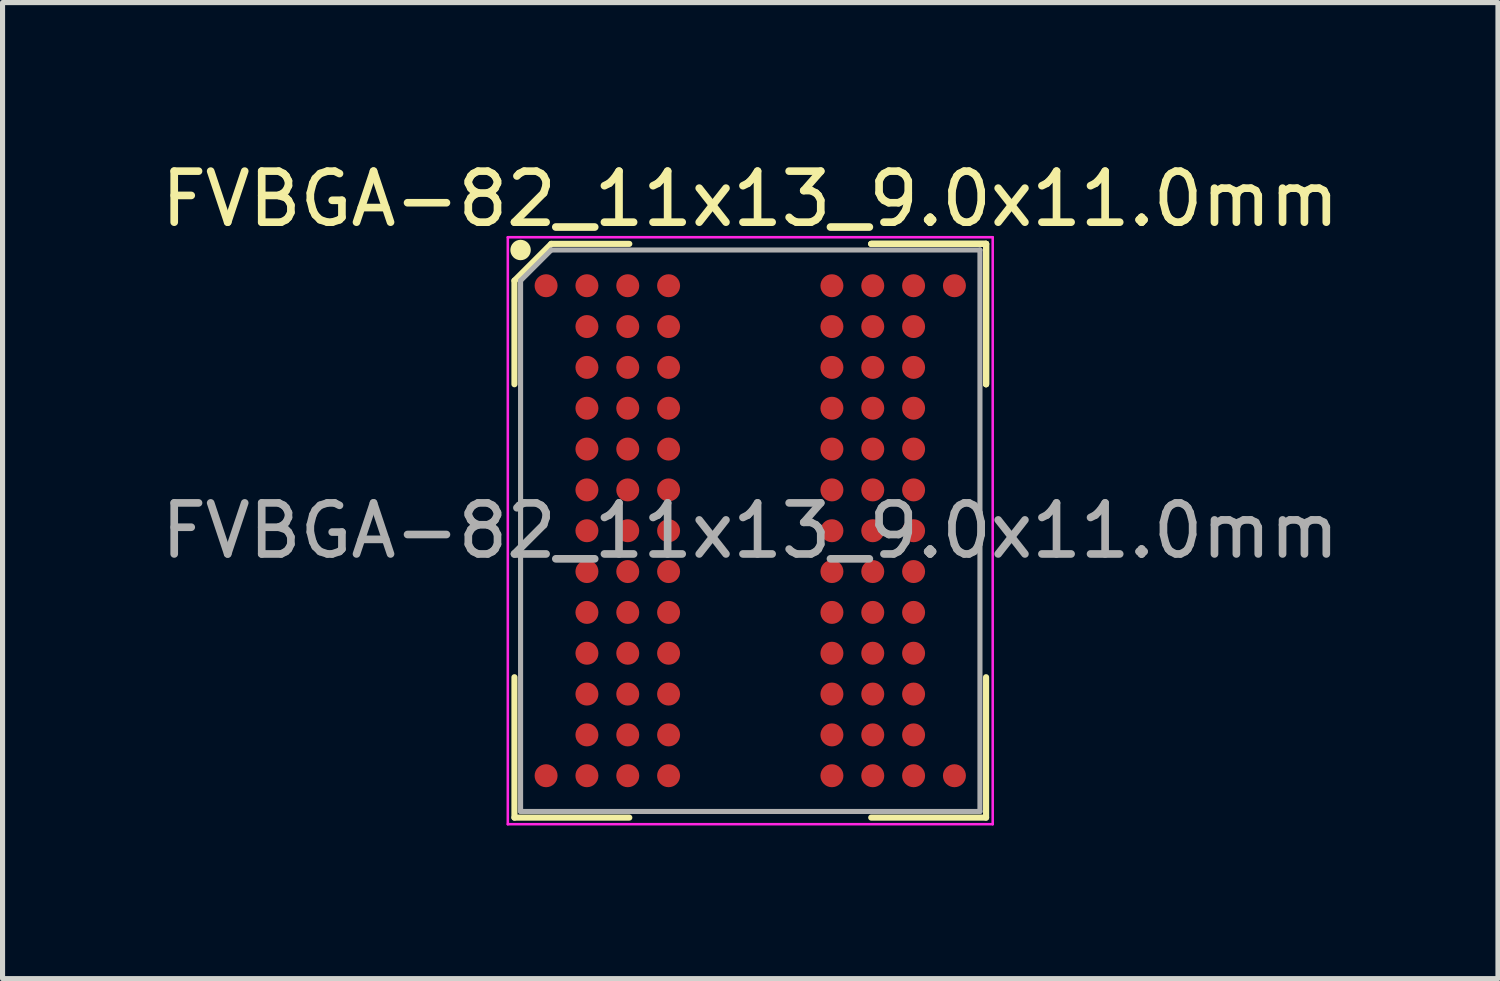
<source format=kicad_pcb>
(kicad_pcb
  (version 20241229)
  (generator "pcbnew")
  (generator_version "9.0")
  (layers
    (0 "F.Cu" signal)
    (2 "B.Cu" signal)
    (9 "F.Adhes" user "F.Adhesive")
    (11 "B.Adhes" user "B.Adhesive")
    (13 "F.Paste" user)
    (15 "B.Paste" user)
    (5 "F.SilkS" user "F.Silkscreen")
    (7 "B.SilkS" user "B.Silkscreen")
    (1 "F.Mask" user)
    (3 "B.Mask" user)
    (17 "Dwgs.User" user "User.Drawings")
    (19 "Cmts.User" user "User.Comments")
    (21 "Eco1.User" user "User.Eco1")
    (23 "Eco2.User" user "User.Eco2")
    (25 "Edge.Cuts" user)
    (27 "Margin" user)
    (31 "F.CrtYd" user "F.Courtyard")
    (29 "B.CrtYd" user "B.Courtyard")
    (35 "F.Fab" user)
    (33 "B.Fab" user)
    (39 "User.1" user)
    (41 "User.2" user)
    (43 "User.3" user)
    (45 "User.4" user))
  (footprint "FVBGA-82_11x13_9.0x11.0mm"
    (layer "F.Cu")
    (at 11.649 7.348)
    (property "Reference" "FVBGA-82_11x13_9.0x11.0mm" (at 0 -6.5 0) (layer "F.SilkS") (effects (font (size 1 1) (thickness 0.15))))
    (attr smd)
    (fp_line (start -4.62 -4.9) (end -4.62 -2.87) (stroke (width 0.12) (type solid)) (layer "F.SilkS"))
    (fp_line (start -4.62 5.62) (end -4.62 2.87) (stroke (width 0.12) (type solid)) (layer "F.SilkS"))
    (fp_line (start -3.9 -5.62) (end -4.62 -4.9) (stroke (width 0.12) (type solid)) (layer "F.SilkS"))
    (fp_line (start -2.37 -5.62) (end -3.9 -5.62) (stroke (width 0.12) (type solid)) (layer "F.SilkS"))
    (fp_line (start -2.37 5.62) (end -4.62 5.62) (stroke (width 0.12) (type solid)) (layer "F.SilkS"))
    (fp_line (start 2.37 -5.62) (end 4.62 -5.62) (stroke (width 0.12) (type solid)) (layer "F.SilkS"))
    (fp_line (start 2.37 -5.62) (end 4.62 -5.62) (stroke (width 0.12) (type solid)) (layer "F.SilkS"))
    (fp_line (start 2.37 -5.62) (end 4.62 -5.62) (stroke (width 0.12) (type solid)) (layer "F.SilkS"))
    (fp_line (start 2.37 5.62) (end 4.62 5.62) (stroke (width 0.12) (type solid)) (layer "F.SilkS"))
    (fp_line (start 4.62 -5.62) (end 4.62 -2.87) (stroke (width 0.12) (type solid)) (layer "F.SilkS"))
    (fp_line (start 4.62 -5.62) (end 4.62 -2.87) (stroke (width 0.12) (type solid)) (layer "F.SilkS"))
    (fp_line (start 4.62 -5.62) (end 4.62 -2.87) (stroke (width 0.12) (type solid)) (layer "F.SilkS"))
    (fp_line (start 4.62 5.62) (end 4.62 2.87) (stroke (width 0.12) (type solid)) (layer "F.SilkS"))
    (fp_circle (center -4.5 -5.5) (end -4.5 -5.4) (stroke (width 0.2) (type solid)) (fill no) (layer "F.SilkS"))
    (fp_line (start -4.75 -5.75) (end 4.75 -5.75) (stroke (width 0.05) (type solid)) (layer "F.CrtYd"))
    (fp_line (start -4.75 5.75) (end -4.75 -5.75) (stroke (width 0.05) (type solid)) (layer "F.CrtYd"))
    (fp_line (start 4.75 -5.75) (end 4.75 5.75) (stroke (width 0.05) (type solid)) (layer "F.CrtYd"))
    (fp_line (start 4.75 5.75) (end -4.75 5.75) (stroke (width 0.05) (type solid)) (layer "F.CrtYd"))
    (fp_line (start -4.5 -4.9) (end -4.5 5.5) (stroke (width 0.1) (type solid)) (layer "F.Fab"))
    (fp_line (start -4.5 5.5) (end 4.5 5.5) (stroke (width 0.1) (type solid)) (layer "F.Fab"))
    (fp_line (start -3.9 -5.5) (end -4.5 -4.9) (stroke (width 0.1) (type solid)) (layer "F.Fab"))
    (fp_line (start 4.5 -5.5) (end -3.9 -5.5) (stroke (width 0.1) (type solid)) (layer "F.Fab"))
    (fp_line (start 4.5 5.5) (end 4.5 -5.5) (stroke (width 0.1) (type solid)) (layer "F.Fab"))
    (fp_text user "${REFERENCE}" (at 0 0 0) (layer "F.Fab") (effects (font (size 1 1) (thickness 0.15))))
    (pad "A1" smd circle (at -4 -4.8) (size 0.45 0.45) (layers "F.Cu" "F.Mask" "F.Paste"))
    (pad "A2" smd circle (at -3.2 -4.8) (size 0.45 0.45) (layers "F.Cu" "F.Mask" "F.Paste"))
    (pad "A3" smd circle (at -2.4 -4.8) (size 0.45 0.45) (layers "F.Cu" "F.Mask" "F.Paste"))
    (pad "A4" smd circle (at -1.6 -4.8) (size 0.45 0.45) (layers "F.Cu" "F.Mask" "F.Paste"))
    (pad "A8" smd circle (at 1.6 -4.8) (size 0.45 0.45) (layers "F.Cu" "F.Mask" "F.Paste"))
    (pad "A9" smd circle (at 2.4 -4.8) (size 0.45 0.45) (layers "F.Cu" "F.Mask" "F.Paste"))
    (pad "A10" smd circle (at 3.2 -4.8) (size 0.45 0.45) (layers "F.Cu" "F.Mask" "F.Paste"))
    (pad "A11" smd circle (at 4 -4.8) (size 0.45 0.45) (layers "F.Cu" "F.Mask" "F.Paste"))
    (pad "B2" smd circle (at -3.2 -4) (size 0.45 0.45) (layers "F.Cu" "F.Mask" "F.Paste"))
    (pad "B3" smd circle (at -2.4 -4) (size 0.45 0.45) (layers "F.Cu" "F.Mask" "F.Paste"))
    (pad "B4" smd circle (at -1.6 -4) (size 0.45 0.45) (layers "F.Cu" "F.Mask" "F.Paste"))
    (pad "B8" smd circle (at 1.6 -4) (size 0.45 0.45) (layers "F.Cu" "F.Mask" "F.Paste"))
    (pad "B9" smd circle (at 2.4 -4) (size 0.45 0.45) (layers "F.Cu" "F.Mask" "F.Paste"))
    (pad "B10" smd circle (at 3.2 -4) (size 0.45 0.45) (layers "F.Cu" "F.Mask" "F.Paste"))
    (pad "C2" smd circle (at -3.2 -3.2) (size 0.45 0.45) (layers "F.Cu" "F.Mask" "F.Paste"))
    (pad "C3" smd circle (at -2.4 -3.2) (size 0.45 0.45) (layers "F.Cu" "F.Mask" "F.Paste"))
    (pad "C4" smd circle (at -1.6 -3.2) (size 0.45 0.45) (layers "F.Cu" "F.Mask" "F.Paste"))
    (pad "C8" smd circle (at 1.6 -3.2) (size 0.45 0.45) (layers "F.Cu" "F.Mask" "F.Paste"))
    (pad "C9" smd circle (at 2.4 -3.2) (size 0.45 0.45) (layers "F.Cu" "F.Mask" "F.Paste"))
    (pad "C10" smd circle (at 3.2 -3.2) (size 0.45 0.45) (layers "F.Cu" "F.Mask" "F.Paste"))
    (pad "D2" smd circle (at -3.2 -2.4) (size 0.45 0.45) (layers "F.Cu" "F.Mask" "F.Paste"))
    (pad "D3" smd circle (at -2.4 -2.4) (size 0.45 0.45) (layers "F.Cu" "F.Mask" "F.Paste"))
    (pad "D4" smd circle (at -1.6 -2.4) (size 0.45 0.45) (layers "F.Cu" "F.Mask" "F.Paste"))
    (pad "D8" smd circle (at 1.6 -2.4) (size 0.45 0.45) (layers "F.Cu" "F.Mask" "F.Paste"))
    (pad "D9" smd circle (at 2.4 -2.4) (size 0.45 0.45) (layers "F.Cu" "F.Mask" "F.Paste"))
    (pad "D10" smd circle (at 3.2 -2.4) (size 0.45 0.45) (layers "F.Cu" "F.Mask" "F.Paste"))
    (pad "E2" smd circle (at -3.2 -1.6) (size 0.45 0.45) (layers "F.Cu" "F.Mask" "F.Paste"))
    (pad "E3" smd circle (at -2.4 -1.6) (size 0.45 0.45) (layers "F.Cu" "F.Mask" "F.Paste"))
    (pad "E4" smd circle (at -1.6 -1.6) (size 0.45 0.45) (layers "F.Cu" "F.Mask" "F.Paste"))
    (pad "E8" smd circle (at 1.6 -1.6) (size 0.45 0.45) (layers "F.Cu" "F.Mask" "F.Paste"))
    (pad "E9" smd circle (at 2.4 -1.6) (size 0.45 0.45) (layers "F.Cu" "F.Mask" "F.Paste"))
    (pad "E10" smd circle (at 3.2 -1.6) (size 0.45 0.45) (layers "F.Cu" "F.Mask" "F.Paste"))
    (pad "F2" smd circle (at -3.2 -0.8) (size 0.45 0.45) (layers "F.Cu" "F.Mask" "F.Paste"))
    (pad "F3" smd circle (at -2.4 -0.8) (size 0.45 0.45) (layers "F.Cu" "F.Mask" "F.Paste"))
    (pad "F4" smd circle (at -1.6 -0.8) (size 0.45 0.45) (layers "F.Cu" "F.Mask" "F.Paste"))
    (pad "F8" smd circle (at 1.6 -0.8) (size 0.45 0.45) (layers "F.Cu" "F.Mask" "F.Paste"))
    (pad "F9" smd circle (at 2.4 -0.8) (size 0.45 0.45) (layers "F.Cu" "F.Mask" "F.Paste"))
    (pad "F10" smd circle (at 3.2 -0.8) (size 0.45 0.45) (layers "F.Cu" "F.Mask" "F.Paste"))
    (pad "G2" smd circle (at -3.2 0) (size 0.45 0.45) (layers "F.Cu" "F.Mask" "F.Paste"))
    (pad "G3" smd circle (at -2.4 0) (size 0.45 0.45) (layers "F.Cu" "F.Mask" "F.Paste"))
    (pad "G4" smd circle (at -1.6 0) (size 0.45 0.45) (layers "F.Cu" "F.Mask" "F.Paste"))
    (pad "G8" smd circle (at 1.6 0) (size 0.45 0.45) (layers "F.Cu" "F.Mask" "F.Paste"))
    (pad "G9" smd circle (at 2.4 0) (size 0.45 0.45) (layers "F.Cu" "F.Mask" "F.Paste"))
    (pad "G10" smd circle (at 3.2 0) (size 0.45 0.45) (layers "F.Cu" "F.Mask" "F.Paste"))
    (pad "H2" smd circle (at -3.2 0.8) (size 0.45 0.45) (layers "F.Cu" "F.Mask" "F.Paste"))
    (pad "H3" smd circle (at -2.4 0.8) (size 0.45 0.45) (layers "F.Cu" "F.Mask" "F.Paste"))
    (pad "H4" smd circle (at -1.6 0.8) (size 0.45 0.45) (layers "F.Cu" "F.Mask" "F.Paste"))
    (pad "H8" smd circle (at 1.6 0.8) (size 0.45 0.45) (layers "F.Cu" "F.Mask" "F.Paste"))
    (pad "H9" smd circle (at 2.4 0.8) (size 0.45 0.45) (layers "F.Cu" "F.Mask" "F.Paste"))
    (pad "H10" smd circle (at 3.2 0.8) (size 0.45 0.45) (layers "F.Cu" "F.Mask" "F.Paste"))
    (pad "J2" smd circle (at -3.2 1.6) (size 0.45 0.45) (layers "F.Cu" "F.Mask" "F.Paste"))
    (pad "J3" smd circle (at -2.4 1.6) (size 0.45 0.45) (layers "F.Cu" "F.Mask" "F.Paste"))
    (pad "J4" smd circle (at -1.6 1.6) (size 0.45 0.45) (layers "F.Cu" "F.Mask" "F.Paste"))
    (pad "J8" smd circle (at 1.6 1.6) (size 0.45 0.45) (layers "F.Cu" "F.Mask" "F.Paste"))
    (pad "J9" smd circle (at 2.4 1.6) (size 0.45 0.45) (layers "F.Cu" "F.Mask" "F.Paste"))
    (pad "J10" smd circle (at 3.2 1.6) (size 0.45 0.45) (layers "F.Cu" "F.Mask" "F.Paste"))
    (pad "K2" smd circle (at -3.2 2.4) (size 0.45 0.45) (layers "F.Cu" "F.Mask" "F.Paste"))
    (pad "K3" smd circle (at -2.4 2.4) (size 0.45 0.45) (layers "F.Cu" "F.Mask" "F.Paste"))
    (pad "K4" smd circle (at -1.6 2.4) (size 0.45 0.45) (layers "F.Cu" "F.Mask" "F.Paste"))
    (pad "K8" smd circle (at 1.6 2.4) (size 0.45 0.45) (layers "F.Cu" "F.Mask" "F.Paste"))
    (pad "K9" smd circle (at 2.4 2.4) (size 0.45 0.45) (layers "F.Cu" "F.Mask" "F.Paste"))
    (pad "K10" smd circle (at 3.2 2.4) (size 0.45 0.45) (layers "F.Cu" "F.Mask" "F.Paste"))
    (pad "L2" smd circle (at -3.2 3.2) (size 0.45 0.45) (layers "F.Cu" "F.Mask" "F.Paste"))
    (pad "L3" smd circle (at -2.4 3.2) (size 0.45 0.45) (layers "F.Cu" "F.Mask" "F.Paste"))
    (pad "L4" smd circle (at -1.6 3.2) (size 0.45 0.45) (layers "F.Cu" "F.Mask" "F.Paste"))
    (pad "L8" smd circle (at 1.6 3.2) (size 0.45 0.45) (layers "F.Cu" "F.Mask" "F.Paste"))
    (pad "L9" smd circle (at 2.4 3.2) (size 0.45 0.45) (layers "F.Cu" "F.Mask" "F.Paste"))
    (pad "L10" smd circle (at 3.2 3.2) (size 0.45 0.45) (layers "F.Cu" "F.Mask" "F.Paste"))
    (pad "M2" smd circle (at -3.2 4) (size 0.45 0.45) (layers "F.Cu" "F.Mask" "F.Paste"))
    (pad "M3" smd circle (at -2.4 4) (size 0.45 0.45) (layers "F.Cu" "F.Mask" "F.Paste"))
    (pad "M4" smd circle (at -1.6 4) (size 0.45 0.45) (layers "F.Cu" "F.Mask" "F.Paste"))
    (pad "M8" smd circle (at 1.6 4) (size 0.45 0.45) (layers "F.Cu" "F.Mask" "F.Paste"))
    (pad "M9" smd circle (at 2.4 4) (size 0.45 0.45) (layers "F.Cu" "F.Mask" "F.Paste"))
    (pad "M10" smd circle (at 3.2 4) (size 0.45 0.45) (layers "F.Cu" "F.Mask" "F.Paste"))
    (pad "N1" smd circle (at -4 4.8) (size 0.45 0.45) (layers "F.Cu" "F.Mask" "F.Paste"))
    (pad "N2" smd circle (at -3.2 4.8) (size 0.45 0.45) (layers "F.Cu" "F.Mask" "F.Paste"))
    (pad "N3" smd circle (at -2.4 4.8) (size 0.45 0.45) (layers "F.Cu" "F.Mask" "F.Paste"))
    (pad "N4" smd circle (at -1.6 4.8) (size 0.45 0.45) (layers "F.Cu" "F.Mask" "F.Paste"))
    (pad "N8" smd circle (at 1.6 4.8) (size 0.45 0.45) (layers "F.Cu" "F.Mask" "F.Paste"))
    (pad "N9" smd circle (at 2.4 4.8) (size 0.45 0.45) (layers "F.Cu" "F.Mask" "F.Paste"))
    (pad "N10" smd circle (at 3.2 4.8) (size 0.45 0.45) (layers "F.Cu" "F.Mask" "F.Paste"))
    (pad "N11" smd circle (at 4 4.8) (size 0.45 0.45) (layers "F.Cu" "F.Mask" "F.Paste")))
  (gr_rect
    (start -3 -3)
    (end 26.298 16.123)
    (stroke (width 0.1) (type default))
    (fill no)
    (layer "Edge.Cuts")))
</source>
